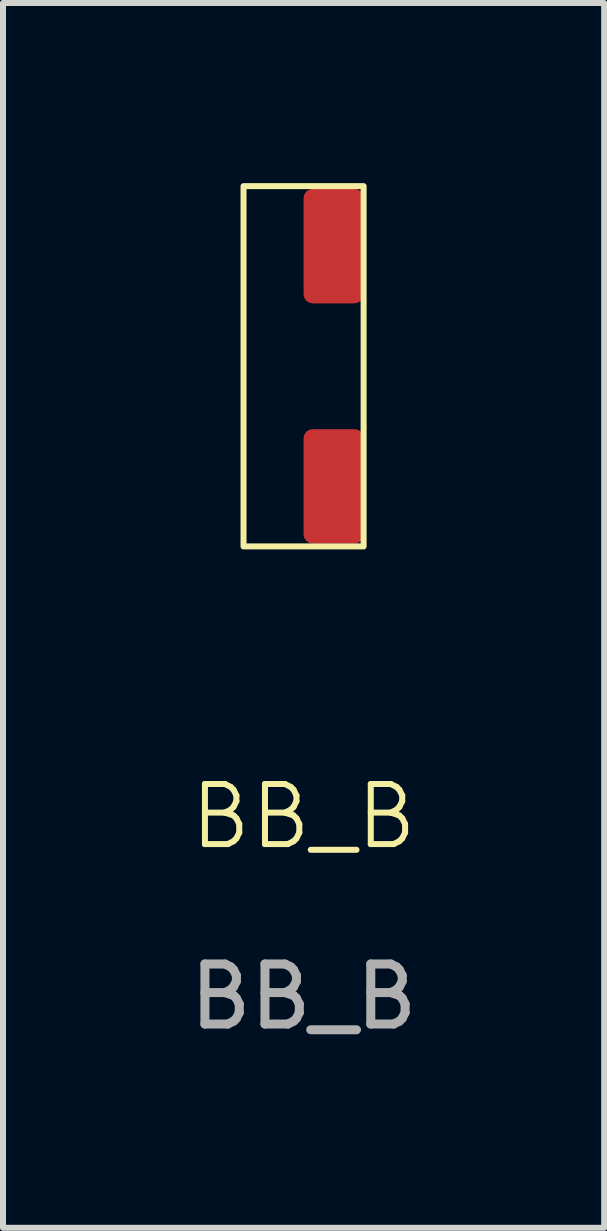
<source format=kicad_pcb>
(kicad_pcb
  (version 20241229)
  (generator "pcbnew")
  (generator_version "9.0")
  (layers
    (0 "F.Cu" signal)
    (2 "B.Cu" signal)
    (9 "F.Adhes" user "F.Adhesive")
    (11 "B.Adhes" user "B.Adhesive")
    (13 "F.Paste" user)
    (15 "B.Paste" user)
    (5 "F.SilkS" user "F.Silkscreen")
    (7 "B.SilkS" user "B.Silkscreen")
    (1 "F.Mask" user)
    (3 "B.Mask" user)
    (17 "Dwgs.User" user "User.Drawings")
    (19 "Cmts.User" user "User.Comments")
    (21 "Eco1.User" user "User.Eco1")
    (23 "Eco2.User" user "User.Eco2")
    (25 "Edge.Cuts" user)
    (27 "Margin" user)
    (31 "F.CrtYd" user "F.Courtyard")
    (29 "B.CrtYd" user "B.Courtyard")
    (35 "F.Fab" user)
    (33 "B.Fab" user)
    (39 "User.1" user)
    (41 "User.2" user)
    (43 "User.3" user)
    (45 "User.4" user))
  (footprint "BB_B"
    (layer "F.Cu")
    (at 2.006 3.05)
    (property "Reference" "BB_B" (at 0 7.5 0) (unlocked yes) (layer "F.SilkS") (effects (font (size 1 1) (thickness 0.1))))
    (attr smd)
    (fp_rect (start -1 -3) (end 1 3) (stroke (width 0.1) (type solid)) (fill no) (layer "F.SilkS"))
    (fp_text user "BB_B" (at 0 10.5 0) (unlocked yes) (layer "F.Fab") (effects (font (size 1 1) (thickness 0.15))))
    (pad "1" smd roundrect (at 0.5 -2 90) (size 1.905 1) (layers "F.Cu" "F.Mask" "F.Paste") (roundrect_rratio 0.15))
    (pad "2" smd roundrect (at 0.5 2 90) (size 1.905 1) (layers "F.Cu" "F.Mask" "F.Paste") (roundrect_rratio 0.15)))
  (gr_rect
    (start -3 -3)
    (end 7.012 17.398)
    (stroke (width 0.1) (type default))
    (fill no)
    (layer "Edge.Cuts")))
</source>
